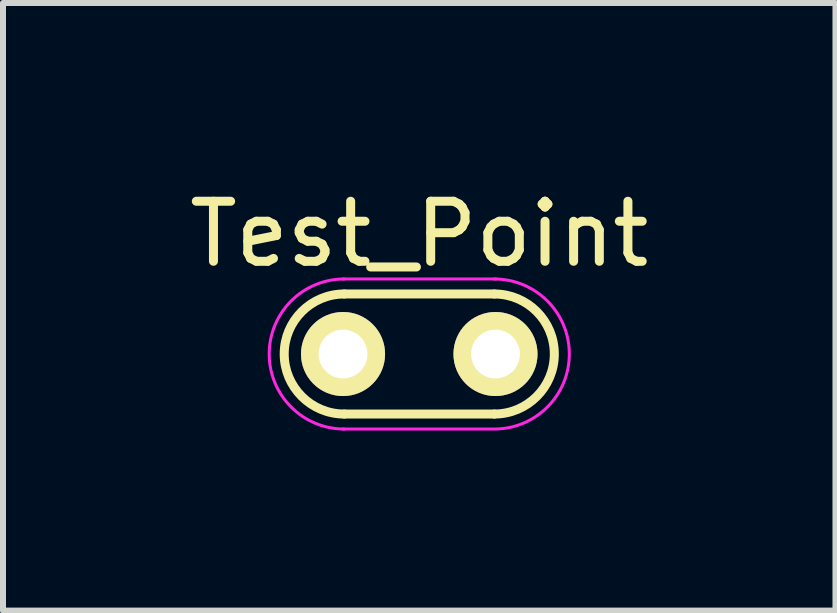
<source format=kicad_pcb>
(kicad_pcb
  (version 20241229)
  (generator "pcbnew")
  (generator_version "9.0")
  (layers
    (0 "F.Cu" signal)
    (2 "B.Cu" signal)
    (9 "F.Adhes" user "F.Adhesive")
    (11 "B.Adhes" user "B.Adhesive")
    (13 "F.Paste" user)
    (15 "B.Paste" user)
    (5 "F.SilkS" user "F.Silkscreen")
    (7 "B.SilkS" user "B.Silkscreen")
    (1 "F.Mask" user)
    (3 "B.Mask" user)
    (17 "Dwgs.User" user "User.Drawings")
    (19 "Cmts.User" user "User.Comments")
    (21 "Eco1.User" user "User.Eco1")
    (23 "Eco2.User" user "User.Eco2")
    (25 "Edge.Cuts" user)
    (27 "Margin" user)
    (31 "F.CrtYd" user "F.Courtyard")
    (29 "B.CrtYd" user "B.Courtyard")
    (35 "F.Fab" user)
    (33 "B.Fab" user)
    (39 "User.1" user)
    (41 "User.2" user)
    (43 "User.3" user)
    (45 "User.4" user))
  (footprint "Test_Point"
    (layer "F.Cu")
    (at 2.665 2.848)
    (property "Reference" "Test_Point" (at 1.27 -2 0) (layer "F.SilkS") (effects (font (size 1 1) (thickness 0.15))))
    (attr exclude_from_pos_files exclude_from_bom)
    (fp_line (start 2.52 -1) (end 0.02 -1) (stroke (width 0.15) (type solid)) (layer "F.SilkS"))
    (fp_line (start 2.52 1) (end 0.02 1) (stroke (width 0.15) (type solid)) (layer "F.SilkS"))
    (fp_arc (start 0.02 1) (mid -0.98 0) (end 0.02 -1) (stroke (width 0.15) (type solid)) (layer "F.SilkS"))
    (fp_arc (start 2.52 -1) (mid 3.52 0) (end 2.52 1) (stroke (width 0.15) (type solid)) (layer "F.SilkS"))
    (fp_line (start 0 -1.25) (end 2.55 -1.25) (stroke (width 0.05) (type solid)) (layer "F.CrtYd"))
    (fp_line (start 0 1.25) (end 2.5 1.25) (stroke (width 0.05) (type solid)) (layer "F.CrtYd"))
    (fp_arc (start 0.02 1.25) (mid -1.23 0) (end 0.02 -1.25) (stroke (width 0.05) (type solid)) (layer "F.CrtYd"))
    (fp_arc (start 2.52 -1.25) (mid 3.77 0) (end 2.52 1.25) (stroke (width 0.05) (type solid)) (layer "F.CrtYd"))
    (pad "1" thru_hole circle (at 0 0) (size 1.4 1.4) (drill 0.813) (layers "*.Cu" "*.Mask" "F.SilkS"))
    (pad "1" thru_hole circle (at 2.54 0) (size 1.4 1.4) (drill 0.813) (layers "*.Cu" "*.Mask" "F.SilkS")))
  (gr_rect
    (start -3 -3)
    (end 10.869 7.123)
    (stroke (width 0.1) (type default))
    (fill no)
    (layer "Edge.Cuts")))
</source>
